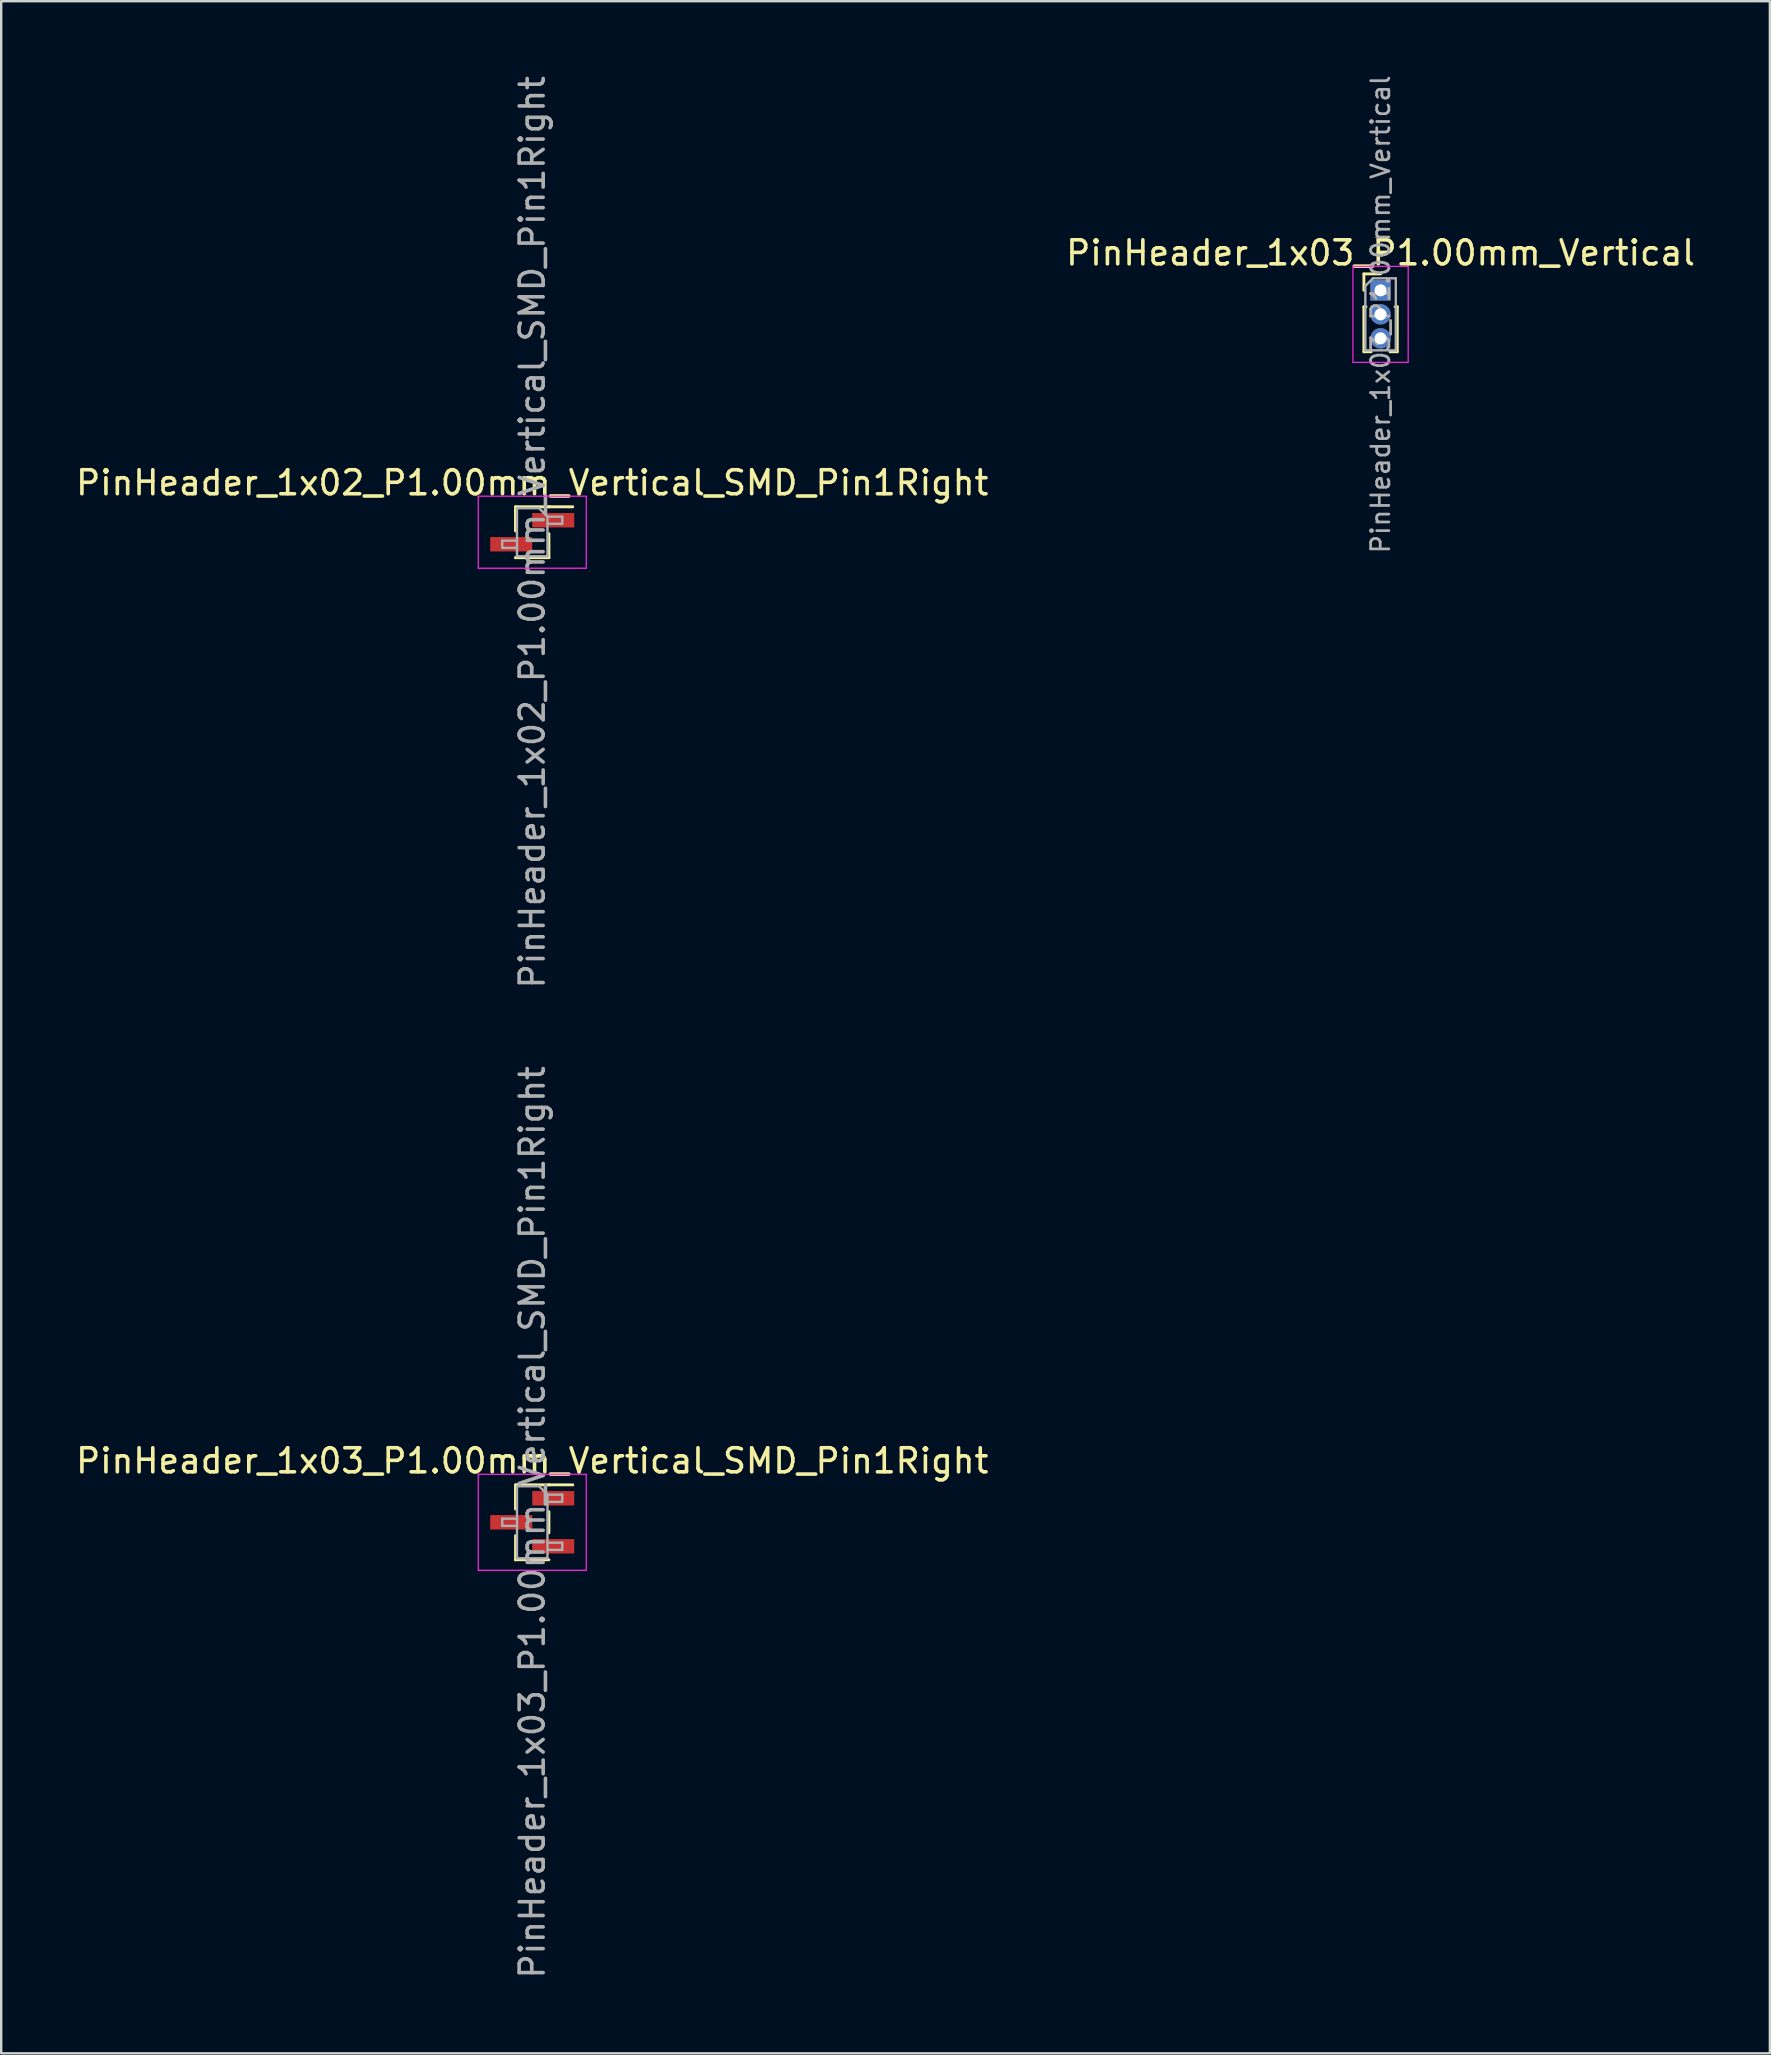
<source format=kicad_pcb>
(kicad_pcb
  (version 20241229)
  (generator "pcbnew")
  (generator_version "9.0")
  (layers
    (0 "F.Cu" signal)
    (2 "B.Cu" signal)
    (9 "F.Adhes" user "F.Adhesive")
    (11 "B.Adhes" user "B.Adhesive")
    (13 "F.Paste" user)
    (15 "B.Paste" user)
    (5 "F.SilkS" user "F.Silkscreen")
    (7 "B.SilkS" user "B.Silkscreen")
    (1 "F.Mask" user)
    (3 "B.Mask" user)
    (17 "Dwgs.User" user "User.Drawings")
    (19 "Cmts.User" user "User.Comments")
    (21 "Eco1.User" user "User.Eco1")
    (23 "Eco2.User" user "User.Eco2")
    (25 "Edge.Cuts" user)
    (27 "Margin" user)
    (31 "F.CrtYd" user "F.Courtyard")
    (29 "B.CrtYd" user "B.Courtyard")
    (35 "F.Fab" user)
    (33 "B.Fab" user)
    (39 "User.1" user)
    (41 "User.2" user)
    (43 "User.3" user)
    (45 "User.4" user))
  (footprint "PinHeader_1x03_P1.00mm_Vertical_SMD_Pin1Right"
    (layer "F.Cu")
    (at 19.125 60.375)
    (property "Reference" "PinHeader_1x03_P1.00mm_Vertical_SMD_Pin1Right" (at 0 -2.56 0) (layer "F.SilkS") (effects (font (size 1 1) (thickness 0.15))))
    (attr smd)
    (fp_line (start -0.695 -1.56) (end -0.695 -0.56) (stroke (width 0.12) (type solid)) (layer "F.SilkS"))
    (fp_line (start -0.695 -1.56) (end 0.695 -1.56) (stroke (width 0.12) (type solid)) (layer "F.SilkS"))
    (fp_line (start -0.695 -1.44) (end -0.695 -0.56) (stroke (width 0.12) (type solid)) (layer "F.SilkS"))
    (fp_line (start -0.695 0.56) (end -0.695 1.56) (stroke (width 0.12) (type solid)) (layer "F.SilkS"))
    (fp_line (start -0.695 1.56) (end -0.695 1.56) (stroke (width 0.12) (type solid)) (layer "F.SilkS"))
    (fp_line (start -0.695 1.56) (end 0.695 1.56) (stroke (width 0.12) (type solid)) (layer "F.SilkS"))
    (fp_line (start 0.695 -1.56) (end 0.695 -1.56) (stroke (width 0.12) (type solid)) (layer "F.SilkS"))
    (fp_line (start 0.695 -1.56) (end 1.69 -1.56) (stroke (width 0.12) (type solid)) (layer "F.SilkS"))
    (fp_line (start 0.695 -0.44) (end 0.695 0.44) (stroke (width 0.12) (type solid)) (layer "F.SilkS"))
    (fp_line (start -2.25 -2) (end -2.25 2) (stroke (width 0.05) (type solid)) (layer "F.CrtYd"))
    (fp_line (start -2.25 2) (end 2.25 2) (stroke (width 0.05) (type solid)) (layer "F.CrtYd"))
    (fp_line (start 2.25 -2) (end -2.25 -2) (stroke (width 0.05) (type solid)) (layer "F.CrtYd"))
    (fp_line (start 2.25 2) (end 2.25 -2) (stroke (width 0.05) (type solid)) (layer "F.CrtYd"))
    (fp_line (start -1.25 -0.15) (end -1.25 0.15) (stroke (width 0.1) (type solid)) (layer "F.Fab"))
    (fp_line (start -1.25 0.15) (end -0.635 0.15) (stroke (width 0.1) (type solid)) (layer "F.Fab"))
    (fp_line (start -0.635 -1.5) (end -0.635 1.5) (stroke (width 0.1) (type solid)) (layer "F.Fab"))
    (fp_line (start -0.635 -1.5) (end 0.285 -1.5) (stroke (width 0.1) (type solid)) (layer "F.Fab"))
    (fp_line (start -0.635 -0.15) (end -1.25 -0.15) (stroke (width 0.1) (type solid)) (layer "F.Fab"))
    (fp_line (start 0.635 -1.15) (end 0.285 -1.5) (stroke (width 0.1) (type solid)) (layer "F.Fab"))
    (fp_line (start 0.635 -1.15) (end 1.25 -1.15) (stroke (width 0.1) (type solid)) (layer "F.Fab"))
    (fp_line (start 0.635 0.85) (end 1.25 0.85) (stroke (width 0.1) (type solid)) (layer "F.Fab"))
    (fp_line (start 0.635 1.5) (end -0.635 1.5) (stroke (width 0.1) (type solid)) (layer "F.Fab"))
    (fp_line (start 0.635 1.5) (end 0.635 -1.15) (stroke (width 0.1) (type solid)) (layer "F.Fab"))
    (fp_line (start 1.25 -1.15) (end 1.25 -0.85) (stroke (width 0.1) (type solid)) (layer "F.Fab"))
    (fp_line (start 1.25 -0.85) (end 0.635 -0.85) (stroke (width 0.1) (type solid)) (layer "F.Fab"))
    (fp_line (start 1.25 0.85) (end 1.25 1.15) (stroke (width 0.1) (type solid)) (layer "F.Fab"))
    (fp_line (start 1.25 1.15) (end 0.635 1.15) (stroke (width 0.1) (type solid)) (layer "F.Fab"))
    (fp_text user "${REFERENCE}" (at 0 0 90) (layer "F.Fab") (effects (font (size 1 1) (thickness 0.15))))
    (pad "1" smd rect (at 0.875 -1) (size 1.75 0.6) (layers "F.Cu" "F.Mask" "F.Paste"))
    (pad "2" smd rect (at -0.875 0) (size 1.75 0.6) (layers "F.Cu" "F.Mask" "F.Paste"))
    (pad "3" smd rect (at 0.875 1) (size 1.75 0.6) (layers "F.Cu" "F.Mask" "F.Paste")))
  (footprint "PinHeader_1x03_P1.00mm_Vertical"
    (layer "F.Cu")
    (at 54.47 9.047)
    (property "Reference" "PinHeader_1x03_P1.00mm_Vertical" (at 0 -1.56 0) (layer "F.SilkS") (effects (font (size 1 1) (thickness 0.15))))
    (attr through_hole)
    (fp_line (start -0.695 -0.685) (end 0 -0.685) (stroke (width 0.12) (type solid)) (layer "F.SilkS"))
    (fp_line (start -0.695 0) (end -0.695 -0.685) (stroke (width 0.12) (type solid)) (layer "F.SilkS"))
    (fp_line (start -0.695 0.685) (end -0.695 2.56) (stroke (width 0.12) (type solid)) (layer "F.SilkS"))
    (fp_line (start -0.695 0.685) (end -0.608 0.685) (stroke (width 0.12) (type solid)) (layer "F.SilkS"))
    (fp_line (start -0.695 2.56) (end -0.394 2.56) (stroke (width 0.12) (type solid)) (layer "F.SilkS"))
    (fp_line (start 0.394 2.56) (end 0.695 2.56) (stroke (width 0.12) (type solid)) (layer "F.SilkS"))
    (fp_line (start 0.608 0.685) (end 0.695 0.685) (stroke (width 0.12) (type solid)) (layer "F.SilkS"))
    (fp_line (start 0.695 0.685) (end 0.695 2.56) (stroke (width 0.12) (type solid)) (layer "F.SilkS"))
    (fp_line (start -1.15 -1) (end -1.15 3) (stroke (width 0.05) (type solid)) (layer "F.CrtYd"))
    (fp_line (start -1.15 3) (end 1.15 3) (stroke (width 0.05) (type solid)) (layer "F.CrtYd"))
    (fp_line (start 1.15 -1) (end -1.15 -1) (stroke (width 0.05) (type solid)) (layer "F.CrtYd"))
    (fp_line (start 1.15 3) (end 1.15 -1) (stroke (width 0.05) (type solid)) (layer "F.CrtYd"))
    (fp_line (start -0.635 -0.182) (end -0.318 -0.5) (stroke (width 0.1) (type solid)) (layer "F.Fab"))
    (fp_line (start -0.635 2.5) (end -0.635 -0.182) (stroke (width 0.1) (type solid)) (layer "F.Fab"))
    (fp_line (start -0.318 -0.5) (end 0.635 -0.5) (stroke (width 0.1) (type solid)) (layer "F.Fab"))
    (fp_line (start 0.635 -0.5) (end 0.635 2.5) (stroke (width 0.1) (type solid)) (layer "F.Fab"))
    (fp_line (start 0.635 2.5) (end -0.635 2.5) (stroke (width 0.1) (type solid)) (layer "F.Fab"))
    (fp_text user "${REFERENCE}" (at 0 1 90) (layer "F.Fab") (effects (font (size 0.76 0.76) (thickness 0.114))))
    (pad "1" thru_hole rect (at 0 0) (size 0.85 0.85) (drill 0.5) (layers "*.Cu" "*.Mask"))
    (pad "2" thru_hole oval (at 0 1) (size 0.85 0.85) (drill 0.5) (layers "*.Cu" "*.Mask"))
    (pad "3" thru_hole oval (at 0 2) (size 0.85 0.85) (drill 0.5) (layers "*.Cu" "*.Mask")))
  (footprint "PinHeader_1x02_P1.00mm_Vertical_SMD_Pin1Right"
    (layer "F.Cu")
    (at 19.125 19.125)
    (property "Reference" "PinHeader_1x02_P1.00mm_Vertical_SMD_Pin1Right" (at 0 -2.06 0) (layer "F.SilkS") (effects (font (size 1 1) (thickness 0.15))))
    (attr smd)
    (fp_line (start -0.695 -1.06) (end -0.695 -0.06) (stroke (width 0.12) (type solid)) (layer "F.SilkS"))
    (fp_line (start -0.695 -1.06) (end 0.695 -1.06) (stroke (width 0.12) (type solid)) (layer "F.SilkS"))
    (fp_line (start -0.695 -0.94) (end -0.695 -0.06) (stroke (width 0.12) (type solid)) (layer "F.SilkS"))
    (fp_line (start -0.695 1.06) (end -0.695 1.06) (stroke (width 0.12) (type solid)) (layer "F.SilkS"))
    (fp_line (start -0.695 1.06) (end 0.695 1.06) (stroke (width 0.12) (type solid)) (layer "F.SilkS"))
    (fp_line (start 0.695 -1.06) (end 0.695 -1.06) (stroke (width 0.12) (type solid)) (layer "F.SilkS"))
    (fp_line (start 0.695 -1.06) (end 1.69 -1.06) (stroke (width 0.12) (type solid)) (layer "F.SilkS"))
    (fp_line (start 0.695 0.06) (end 0.695 1.06) (stroke (width 0.12) (type solid)) (layer "F.SilkS"))
    (fp_line (start -2.25 -1.5) (end -2.25 1.5) (stroke (width 0.05) (type solid)) (layer "F.CrtYd"))
    (fp_line (start -2.25 1.5) (end 2.25 1.5) (stroke (width 0.05) (type solid)) (layer "F.CrtYd"))
    (fp_line (start 2.25 -1.5) (end -2.25 -1.5) (stroke (width 0.05) (type solid)) (layer "F.CrtYd"))
    (fp_line (start 2.25 1.5) (end 2.25 -1.5) (stroke (width 0.05) (type solid)) (layer "F.CrtYd"))
    (fp_line (start -1.25 0.35) (end -1.25 0.65) (stroke (width 0.1) (type solid)) (layer "F.Fab"))
    (fp_line (start -1.25 0.65) (end -0.635 0.65) (stroke (width 0.1) (type solid)) (layer "F.Fab"))
    (fp_line (start -0.635 -1) (end -0.635 1) (stroke (width 0.1) (type solid)) (layer "F.Fab"))
    (fp_line (start -0.635 -1) (end 0.285 -1) (stroke (width 0.1) (type solid)) (layer "F.Fab"))
    (fp_line (start -0.635 0.35) (end -1.25 0.35) (stroke (width 0.1) (type solid)) (layer "F.Fab"))
    (fp_line (start 0.635 -0.65) (end 0.285 -1) (stroke (width 0.1) (type solid)) (layer "F.Fab"))
    (fp_line (start 0.635 -0.65) (end 1.25 -0.65) (stroke (width 0.1) (type solid)) (layer "F.Fab"))
    (fp_line (start 0.635 1) (end -0.635 1) (stroke (width 0.1) (type solid)) (layer "F.Fab"))
    (fp_line (start 0.635 1) (end 0.635 -0.65) (stroke (width 0.1) (type solid)) (layer "F.Fab"))
    (fp_line (start 1.25 -0.65) (end 1.25 -0.35) (stroke (width 0.1) (type solid)) (layer "F.Fab"))
    (fp_line (start 1.25 -0.35) (end 0.635 -0.35) (stroke (width 0.1) (type solid)) (layer "F.Fab"))
    (fp_text user "${REFERENCE}" (at 0 0 90) (layer "F.Fab") (effects (font (size 1 1) (thickness 0.15))))
    (pad "1" smd rect (at 0.875 -0.5) (size 1.75 0.6) (layers "F.Cu" "F.Mask" "F.Paste"))
    (pad "2" smd rect (at -0.875 0.5) (size 1.75 0.6) (layers "F.Cu" "F.Mask" "F.Paste")))
  (gr_rect
    (start -3 -3)
    (end 70.69 82.5)
    (stroke (width 0.1) (type default))
    (fill no)
    (layer "Edge.Cuts")))
</source>
